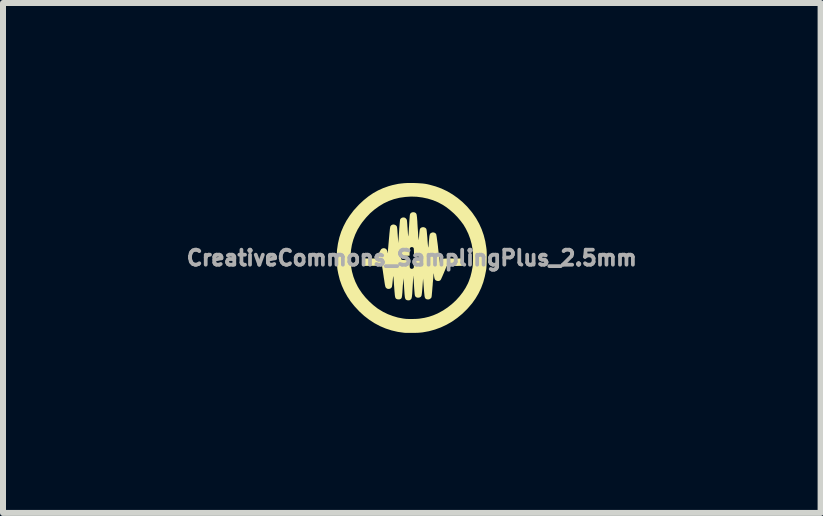
<source format=kicad_pcb>
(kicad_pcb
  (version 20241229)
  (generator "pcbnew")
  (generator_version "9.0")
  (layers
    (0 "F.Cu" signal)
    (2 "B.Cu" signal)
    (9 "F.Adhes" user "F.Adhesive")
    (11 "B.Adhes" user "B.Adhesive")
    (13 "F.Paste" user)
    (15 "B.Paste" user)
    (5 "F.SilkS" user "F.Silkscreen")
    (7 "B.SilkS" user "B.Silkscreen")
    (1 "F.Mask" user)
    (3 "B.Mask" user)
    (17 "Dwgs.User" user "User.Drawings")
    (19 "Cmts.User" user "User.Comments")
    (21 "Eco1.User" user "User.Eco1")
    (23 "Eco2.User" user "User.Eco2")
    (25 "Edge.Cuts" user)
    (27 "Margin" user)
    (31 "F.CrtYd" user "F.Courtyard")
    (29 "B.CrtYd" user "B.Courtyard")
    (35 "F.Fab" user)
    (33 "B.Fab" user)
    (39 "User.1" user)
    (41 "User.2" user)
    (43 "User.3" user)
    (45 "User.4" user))
  (footprint "CreativeCommons_SamplingPlus_2.5mm"
    (layer "F.Cu")
    (at 3.813 1.249)
    (property "Reference" "CreativeCommons_SamplingPlus_2.5mm" (at 0 0 0) (layer "F.Fab") (effects (font (size 0.25 0.25) (thickness 0.3))))
    (attr board_only exclude_from_pos_files exclude_from_bom)
    (fp_poly (pts (xy 0.036 -1.249) (xy 0.09 -1.247) (xy 0.138 -1.244) (xy 0.18 -1.241) (xy 0.22 -1.236) (xy 0.259 -1.229) (xy 0.298 -1.22) (xy 0.398 -1.192) (xy 0.496 -1.156) (xy 0.589 -1.112) (xy 0.679 -1.059) (xy 0.764 -0.999) (xy 0.845 -0.932) (xy 0.921 -0.857) (xy 0.991 -0.775) (xy 1.014 -0.745) (xy 1.072 -0.66) (xy 1.122 -0.571) (xy 1.164 -0.478) (xy 1.198 -0.381) (xy 1.224 -0.28) (xy 1.241 -0.176) (xy 1.246 -0.136) (xy 1.248 -0.107) (xy 1.249 -0.072) (xy 1.249 -0.032) (xy 1.249 0.01) (xy 1.248 0.053) (xy 1.247 0.094) (xy 1.245 0.133) (xy 1.243 0.167) (xy 1.24 0.194) (xy 1.239 0.2) (xy 1.218 0.305) (xy 1.191 0.405) (xy 1.156 0.499) (xy 1.113 0.589) (xy 1.063 0.674) (xy 1.005 0.756) (xy 0.939 0.833) (xy 0.921 0.853) (xy 0.841 0.931) (xy 0.757 1) (xy 0.67 1.061) (xy 0.579 1.113) (xy 0.485 1.157) (xy 0.387 1.193) (xy 0.286 1.221) (xy 0.181 1.24) (xy 0.152 1.243) (xy 0.131 1.245) (xy 0.103 1.247) (xy 0.07 1.248) (xy 0.034 1.249) (xy -0.002 1.249) (xy -0.038 1.249) (xy -0.072 1.249) (xy -0.1 1.249) (xy -0.122 1.247) (xy -0.127 1.247) (xy -0.233 1.232) (xy -0.336 1.208) (xy -0.435 1.176) (xy -0.53 1.136) (xy -0.622 1.087) (xy -0.71 1.03) (xy -0.794 0.965) (xy -0.874 0.892) (xy -0.95 0.81) (xy -0.953 0.807) (xy -1.019 0.725) (xy -1.076 0.64) (xy -1.125 0.552) (xy -1.166 0.461) (xy -1.2 0.365) (xy -1.225 0.265) (xy -1.239 0.193) (xy -1.242 0.169) (xy -1.244 0.138) (xy -1.246 0.102) (xy -1.248 0.062) (xy -1.249 0.02) (xy -1.249 -0.021) (xy -1.249 -0.042) (xy -1.021 -0.042) (xy -1.021 0.048) (xy -1.013 0.138) (xy -0.997 0.226) (xy -0.973 0.313) (xy -0.941 0.397) (xy -0.901 0.478) (xy -0.877 0.518) (xy -0.828 0.59) (xy -0.772 0.659) (xy -0.709 0.725) (xy -0.642 0.786) (xy -0.573 0.84) (xy -0.55 0.855) (xy -0.477 0.899) (xy -0.399 0.937) (xy -0.316 0.968) (xy -0.232 0.993) (xy -0.147 1.009) (xy -0.118 1.013) (xy -0.089 1.016) (xy -0.054 1.017) (xy -0.014 1.018) (xy 0.026 1.017) (xy 0.065 1.016) (xy 0.101 1.014) (xy 0.13 1.011) (xy 0.13 1.011) (xy 0.211 0.998) (xy 0.286 0.98) (xy 0.357 0.956) (xy 0.428 0.926) (xy 0.443 0.918) (xy 0.522 0.875) (xy 0.597 0.825) (xy 0.668 0.769) (xy 0.734 0.708) (xy 0.794 0.642) (xy 0.848 0.573) (xy 0.895 0.501) (xy 0.934 0.427) (xy 0.95 0.389) (xy 0.977 0.313) (xy 0.997 0.234) (xy 1.013 0.149) (xy 1.014 0.139) (xy 1.017 0.116) (xy 1.018 0.087) (xy 1.019 0.052) (xy 1.02 0.015) (xy 1.02 -0.023) (xy 1.019 -0.06) (xy 1.018 -0.093) (xy 1.016 -0.122) (xy 1.014 -0.136) (xy 0.998 -0.229) (xy 0.973 -0.319) (xy 0.941 -0.405) (xy 0.901 -0.487) (xy 0.861 -0.555) (xy 0.813 -0.619) (xy 0.759 -0.683) (xy 0.7 -0.743) (xy 0.636 -0.799) (xy 0.571 -0.849) (xy 0.518 -0.884) (xy 0.438 -0.927) (xy 0.354 -0.962) (xy 0.266 -0.989) (xy 0.176 -1.008) (xy 0.083 -1.02) (xy -0.011 -1.023) (xy -0.105 -1.017) (xy -0.2 -1.004) (xy -0.209 -1.002) (xy -0.298 -0.98) (xy -0.384 -0.949) (xy -0.467 -0.91) (xy -0.546 -0.862) (xy -0.622 -0.807) (xy -0.694 -0.745) (xy -0.761 -0.674) (xy -0.824 -0.597) (xy -0.857 -0.55) (xy -0.904 -0.473) (xy -0.943 -0.391) (xy -0.974 -0.307) (xy -0.998 -0.22) (xy -1.013 -0.131) (xy -1.021 -0.042) (xy -1.249 -0.042) (xy -1.249 -0.06) (xy -1.248 -0.096) (xy -1.247 -0.125) (xy -1.246 -0.135) (xy -1.231 -0.239) (xy -1.208 -0.34) (xy -1.177 -0.437) (xy -1.137 -0.53) (xy -1.09 -0.62) (xy -1.033 -0.707) (xy -0.969 -0.792) (xy -0.895 -0.873) (xy -0.878 -0.891) (xy -0.802 -0.962) (xy -0.724 -1.025) (xy -0.645 -1.079) (xy -0.563 -1.125) (xy -0.477 -1.164) (xy -0.387 -1.196) (xy -0.323 -1.214) (xy -0.272 -1.225) (xy -0.225 -1.235) (xy -0.177 -1.241) (xy -0.129 -1.246) (xy -0.077 -1.249) (xy -0.019 -1.249)) (stroke (width 0) (type solid)) (fill yes) (layer "F.SilkS"))
    (fp_poly (pts (xy 0.041 -0.761) (xy 0.054 -0.756) (xy 0.061 -0.752) (xy 0.067 -0.748) (xy 0.071 -0.743) (xy 0.075 -0.736) (xy 0.079 -0.727) (xy 0.082 -0.714) (xy 0.084 -0.697) (xy 0.087 -0.675) (xy 0.089 -0.647) (xy 0.092 -0.613) (xy 0.094 -0.571) (xy 0.097 -0.521) (xy 0.098 -0.506) (xy 0.101 -0.463) (xy 0.104 -0.424) (xy 0.106 -0.388) (xy 0.108 -0.357) (xy 0.11 -0.332) (xy 0.112 -0.313) (xy 0.113 -0.302) (xy 0.113 -0.298) (xy 0.115 -0.303) (xy 0.116 -0.316) (xy 0.118 -0.335) (xy 0.121 -0.359) (xy 0.123 -0.386) (xy 0.123 -0.388) (xy 0.126 -0.422) (xy 0.129 -0.448) (xy 0.132 -0.468) (xy 0.136 -0.482) (xy 0.141 -0.492) (xy 0.148 -0.499) (xy 0.156 -0.505) (xy 0.16 -0.507) (xy 0.18 -0.513) (xy 0.201 -0.512) (xy 0.221 -0.505) (xy 0.237 -0.492) (xy 0.242 -0.483) (xy 0.245 -0.474) (xy 0.248 -0.456) (xy 0.251 -0.429) (xy 0.254 -0.393) (xy 0.258 -0.348) (xy 0.259 -0.341) (xy 0.262 -0.292) (xy 0.265 -0.253) (xy 0.268 -0.222) (xy 0.27 -0.199) (xy 0.272 -0.183) (xy 0.273 -0.176) (xy 0.275 -0.176) (xy 0.276 -0.183) (xy 0.278 -0.196) (xy 0.28 -0.216) (xy 0.282 -0.243) (xy 0.284 -0.27) (xy 0.288 -0.308) (xy 0.291 -0.338) (xy 0.293 -0.362) (xy 0.297 -0.379) (xy 0.3 -0.392) (xy 0.305 -0.402) (xy 0.31 -0.409) (xy 0.318 -0.414) (xy 0.327 -0.419) (xy 0.328 -0.42) (xy 0.348 -0.426) (xy 0.369 -0.424) (xy 0.388 -0.416) (xy 0.403 -0.402) (xy 0.406 -0.396) (xy 0.408 -0.389) (xy 0.411 -0.373) (xy 0.415 -0.35) (xy 0.419 -0.319) (xy 0.424 -0.282) (xy 0.43 -0.239) (xy 0.436 -0.191) (xy 0.438 -0.168) (xy 0.443 -0.124) (xy 0.448 -0.082) (xy 0.453 -0.044) (xy 0.457 -0.01) (xy 0.461 0.019) (xy 0.464 0.042) (xy 0.466 0.058) (xy 0.467 0.066) (xy 0.469 0.083) (xy 0.479 0.061) (xy 0.484 0.048) (xy 0.49 0.037) (xy 0.495 0.029) (xy 0.502 0.022) (xy 0.512 0.017) (xy 0.525 0.014) (xy 0.542 0.011) (xy 0.565 0.01) (xy 0.593 0.009) (xy 0.629 0.009) (xy 0.672 0.009) (xy 0.836 0.009) (xy 0.836 0.132) (xy 0.582 0.134) (xy 0.535 0.247) (xy 0.522 0.277) (xy 0.51 0.305) (xy 0.499 0.329) (xy 0.49 0.349) (xy 0.483 0.362) (xy 0.48 0.368) (xy 0.463 0.38) (xy 0.444 0.385) (xy 0.422 0.383) (xy 0.402 0.375) (xy 0.396 0.37) (xy 0.387 0.361) (xy 0.381 0.349) (xy 0.376 0.332) (xy 0.372 0.31) (xy 0.37 0.29) (xy 0.369 0.273) (xy 0.367 0.261) (xy 0.366 0.256) (xy 0.365 0.256) (xy 0.365 0.261) (xy 0.363 0.274) (xy 0.361 0.294) (xy 0.359 0.32) (xy 0.356 0.352) (xy 0.353 0.387) (xy 0.349 0.427) (xy 0.348 0.45) (xy 0.344 0.491) (xy 0.341 0.53) (xy 0.338 0.565) (xy 0.335 0.596) (xy 0.333 0.621) (xy 0.331 0.639) (xy 0.329 0.65) (xy 0.329 0.653) (xy 0.323 0.665) (xy 0.311 0.677) (xy 0.297 0.686) (xy 0.284 0.691) (xy 0.283 0.691) (xy 0.261 0.691) (xy 0.246 0.688) (xy 0.238 0.684) (xy 0.231 0.679) (xy 0.226 0.675) (xy 0.222 0.668) (xy 0.218 0.66) (xy 0.215 0.649) (xy 0.212 0.633) (xy 0.21 0.612) (xy 0.207 0.585) (xy 0.204 0.551) (xy 0.201 0.509) (xy 0.2 0.498) (xy 0.188 0.343) (xy 0.178 0.48) (xy 0.175 0.517) (xy 0.172 0.551) (xy 0.169 0.581) (xy 0.166 0.604) (xy 0.163 0.621) (xy 0.161 0.63) (xy 0.161 0.631) (xy 0.15 0.647) (xy 0.134 0.657) (xy 0.115 0.662) (xy 0.095 0.662) (xy 0.076 0.656) (xy 0.061 0.644) (xy 0.053 0.631) (xy 0.051 0.622) (xy 0.048 0.604) (xy 0.046 0.579) (xy 0.043 0.547) (xy 0.04 0.508) (xy 0.037 0.463) (xy 0.037 0.457) (xy 0.034 0.42) (xy 0.032 0.386) (xy 0.03 0.356) (xy 0.028 0.331) (xy 0.027 0.312) (xy 0.026 0.3) (xy 0.026 0.297) (xy 0.025 0.301) (xy 0.024 0.313) (xy 0.023 0.333) (xy 0.021 0.358) (xy 0.019 0.389) (xy 0.017 0.424) (xy 0.015 0.463) (xy 0.014 0.476) (xy 0.011 0.525) (xy 0.009 0.564) (xy 0.007 0.597) (xy 0.004 0.623) (xy 0.002 0.644) (xy -0.001 0.659) (xy -0.004 0.671) (xy -0.007 0.68) (xy -0.012 0.686) (xy -0.017 0.692) (xy -0.023 0.696) (xy -0.023 0.697) (xy -0.042 0.706) (xy -0.064 0.707) (xy -0.084 0.702) (xy -0.086 0.701) (xy -0.094 0.697) (xy -0.1 0.692) (xy -0.105 0.686) (xy -0.109 0.677) (xy -0.113 0.666) (xy -0.116 0.65) (xy -0.118 0.63) (xy -0.121 0.604) (xy -0.123 0.571) (xy -0.126 0.531) (xy -0.128 0.499) (xy -0.13 0.462) (xy -0.133 0.428) (xy -0.135 0.397) (xy -0.137 0.372) (xy -0.138 0.354) (xy -0.139 0.342) (xy -0.14 0.338) (xy -0.14 0.343) (xy -0.141 0.356) (xy -0.143 0.375) (xy -0.145 0.401) (xy -0.147 0.432) (xy -0.15 0.466) (xy -0.152 0.497) (xy -0.155 0.541) (xy -0.157 0.577) (xy -0.16 0.605) (xy -0.162 0.628) (xy -0.165 0.645) (xy -0.167 0.657) (xy -0.171 0.666) (xy -0.175 0.673) (xy -0.18 0.678) (xy -0.186 0.683) (xy -0.188 0.684) (xy -0.203 0.69) (xy -0.222 0.691) (xy -0.241 0.689) (xy -0.254 0.684) (xy -0.26 0.68) (xy -0.266 0.675) (xy -0.27 0.67) (xy -0.274 0.662) (xy -0.277 0.652) (xy -0.28 0.637) (xy -0.283 0.618) (xy -0.285 0.593) (xy -0.288 0.562) (xy -0.291 0.524) (xy -0.294 0.479) (xy -0.297 0.44) (xy -0.299 0.404) (xy -0.302 0.372) (xy -0.304 0.345) (xy -0.306 0.324) (xy -0.308 0.31) (xy -0.309 0.304) (xy -0.309 0.303) (xy -0.31 0.306) (xy -0.312 0.317) (xy -0.314 0.335) (xy -0.316 0.357) (xy -0.319 0.383) (xy -0.319 0.385) (xy -0.322 0.416) (xy -0.325 0.442) (xy -0.328 0.464) (xy -0.331 0.478) (xy -0.332 0.484) (xy -0.345 0.501) (xy -0.362 0.512) (xy -0.382 0.516) (xy -0.402 0.515) (xy -0.421 0.506) (xy -0.435 0.491) (xy -0.437 0.488) (xy -0.44 0.48) (xy -0.444 0.464) (xy -0.449 0.441) (xy -0.454 0.409) (xy -0.46 0.368) (xy -0.468 0.319) (xy -0.47 0.302) (xy -0.476 0.263) (xy -0.481 0.227) (xy -0.486 0.194) (xy -0.491 0.166) (xy -0.494 0.143) (xy -0.496 0.128) (xy -0.498 0.12) (xy -0.498 0.119) (xy -0.5 0.109) (xy -0.514 0.119) (xy -0.518 0.122) (xy -0.523 0.124) (xy -0.529 0.126) (xy -0.537 0.128) (xy -0.548 0.129) (xy -0.565 0.129) (xy -0.586 0.13) (xy -0.615 0.13) (xy -0.65 0.131) (xy -0.669 0.131) (xy -0.809 0.132) (xy -0.809 0.009) (xy -0.589 0.009) (xy -0.581 -0.007) (xy -0.181 -0.007) (xy -0.18 0.01) (xy -0.173 0.023) (xy -0.169 0.028) (xy -0.164 0.031) (xy -0.157 0.033) (xy -0.146 0.034) (xy -0.129 0.035) (xy -0.105 0.035) (xy -0.101 0.036) (xy -0.037 0.037) (xy -0.036 0.101) (xy -0.035 0.126) (xy -0.034 0.144) (xy -0.033 0.156) (xy -0.031 0.164) (xy -0.028 0.169) (xy -0.024 0.173) (xy -0.023 0.173) (xy -0.011 0.18) (xy 0 0.182) (xy 0.013 0.179) (xy 0.023 0.173) (xy 0.028 0.169) (xy 0.031 0.164) (xy 0.033 0.157) (xy 0.034 0.146) (xy 0.035 0.129) (xy 0.035 0.105) (xy 0.036 0.101) (xy 0.037 0.037) (xy 0.101 0.036) (xy 0.126 0.035) (xy 0.144 0.034) (xy 0.156 0.033) (xy 0.164 0.031) (xy 0.169 0.028) (xy 0.173 0.024) (xy 0.173 0.023) (xy 0.181 0.007) (xy 0.18 -0.01) (xy 0.173 -0.023) (xy 0.169 -0.028) (xy 0.164 -0.031) (xy 0.157 -0.033) (xy 0.146 -0.034) (xy 0.129 -0.035) (xy 0.105 -0.035) (xy 0.101 -0.036) (xy 0.037 -0.037) (xy 0.036 -0.101) (xy 0.035 -0.126) (xy 0.034 -0.144) (xy 0.033 -0.156) (xy 0.031 -0.164) (xy 0.028 -0.169) (xy 0.024 -0.173) (xy 0.023 -0.173) (xy 0.011 -0.18) (xy 0 -0.182) (xy -0.013 -0.179) (xy -0.023 -0.173) (xy -0.028 -0.169) (xy -0.031 -0.164) (xy -0.033 -0.157) (xy -0.034 -0.146) (xy -0.035 -0.129) (xy -0.035 -0.105) (xy -0.036 -0.101) (xy -0.037 -0.037) (xy -0.101 -0.036) (xy -0.126 -0.035) (xy -0.144 -0.034) (xy -0.156 -0.033) (xy -0.164 -0.031) (xy -0.169 -0.028) (xy -0.173 -0.024) (xy -0.173 -0.023) (xy -0.181 -0.007) (xy -0.581 -0.007) (xy -0.555 -0.064) (xy -0.543 -0.089) (xy -0.531 -0.111) (xy -0.521 -0.13) (xy -0.513 -0.143) (xy -0.508 -0.148) (xy -0.492 -0.158) (xy -0.472 -0.163) (xy -0.452 -0.161) (xy -0.443 -0.158) (xy -0.427 -0.147) (xy -0.416 -0.133) (xy -0.409 -0.114) (xy -0.406 -0.101) (xy -0.404 -0.088) (xy -0.402 -0.081) (xy -0.4 -0.082) (xy -0.4 -0.082) (xy -0.4 -0.089) (xy -0.399 -0.104) (xy -0.397 -0.126) (xy -0.395 -0.155) (xy -0.392 -0.188) (xy -0.389 -0.226) (xy -0.385 -0.267) (xy -0.382 -0.304) (xy -0.377 -0.359) (xy -0.373 -0.405) (xy -0.369 -0.443) (xy -0.366 -0.474) (xy -0.363 -0.497) (xy -0.36 -0.513) (xy -0.358 -0.524) (xy -0.357 -0.527) (xy -0.344 -0.544) (xy -0.326 -0.554) (xy -0.306 -0.558) (xy -0.286 -0.554) (xy -0.267 -0.545) (xy -0.253 -0.531) (xy -0.251 -0.527) (xy -0.248 -0.52) (xy -0.246 -0.511) (xy -0.244 -0.498) (xy -0.242 -0.479) (xy -0.24 -0.455) (xy -0.238 -0.424) (xy -0.235 -0.385) (xy -0.235 -0.383) (xy -0.225 -0.248) (xy -0.212 -0.438) (xy -0.209 -0.492) (xy -0.205 -0.538) (xy -0.202 -0.575) (xy -0.199 -0.604) (xy -0.197 -0.625) (xy -0.195 -0.639) (xy -0.193 -0.644) (xy -0.183 -0.658) (xy -0.167 -0.669) (xy -0.148 -0.675) (xy -0.129 -0.675) (xy -0.11 -0.668) (xy -0.094 -0.654) (xy -0.083 -0.636) (xy -0.082 -0.633) (xy -0.081 -0.624) (xy -0.079 -0.607) (xy -0.077 -0.584) (xy -0.075 -0.556) (xy -0.073 -0.524) (xy -0.07 -0.49) (xy -0.07 -0.482) (xy -0.067 -0.445) (xy -0.065 -0.414) (xy -0.063 -0.39) (xy -0.061 -0.372) (xy -0.06 -0.363) (xy -0.058 -0.361) (xy -0.058 -0.362) (xy -0.057 -0.369) (xy -0.056 -0.385) (xy -0.054 -0.407) (xy -0.052 -0.435) (xy -0.05 -0.468) (xy -0.048 -0.504) (xy -0.045 -0.543) (xy -0.045 -0.545) (xy -0.042 -0.597) (xy -0.039 -0.641) (xy -0.036 -0.677) (xy -0.034 -0.703) (xy -0.031 -0.721) (xy -0.029 -0.731) (xy -0.018 -0.747) (xy -0.001 -0.758) (xy 0.019 -0.763)) (stroke (width 0) (type solid)) (fill yes) (layer "F.SilkS")))
  (gr_rect
    (start -3 -3)
    (end 10.626 5.499)
    (stroke (width 0.1) (type default))
    (fill no)
    (layer "Edge.Cuts")))
</source>
